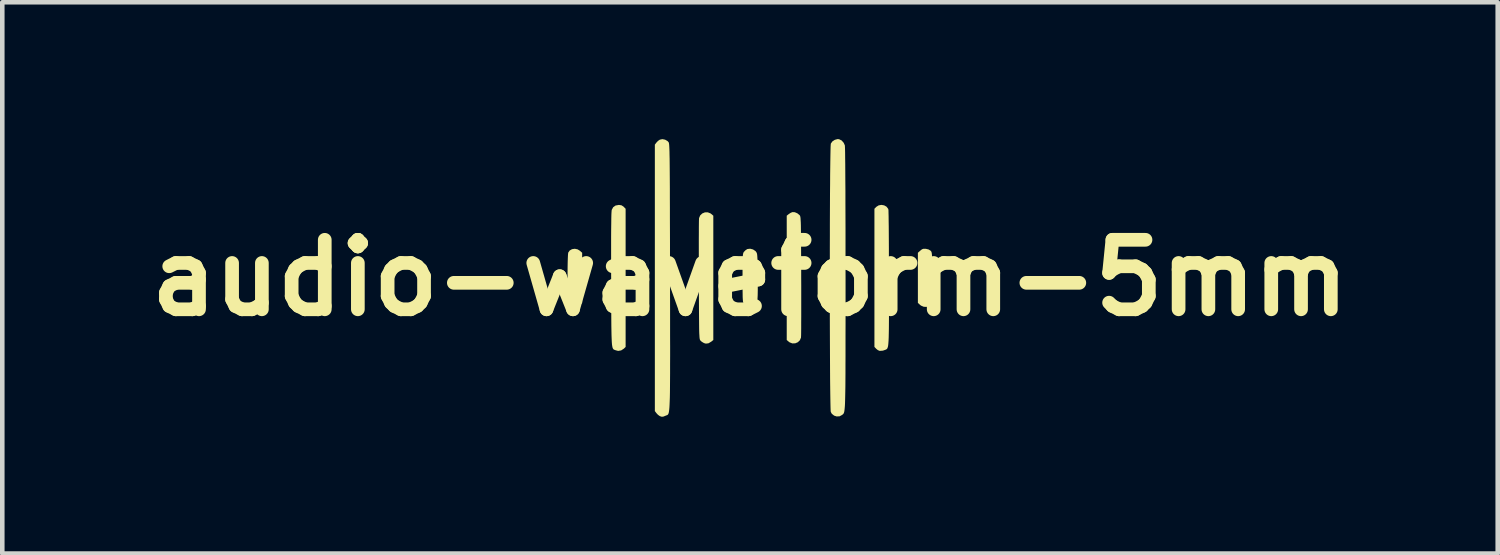
<source format=kicad_pcb>
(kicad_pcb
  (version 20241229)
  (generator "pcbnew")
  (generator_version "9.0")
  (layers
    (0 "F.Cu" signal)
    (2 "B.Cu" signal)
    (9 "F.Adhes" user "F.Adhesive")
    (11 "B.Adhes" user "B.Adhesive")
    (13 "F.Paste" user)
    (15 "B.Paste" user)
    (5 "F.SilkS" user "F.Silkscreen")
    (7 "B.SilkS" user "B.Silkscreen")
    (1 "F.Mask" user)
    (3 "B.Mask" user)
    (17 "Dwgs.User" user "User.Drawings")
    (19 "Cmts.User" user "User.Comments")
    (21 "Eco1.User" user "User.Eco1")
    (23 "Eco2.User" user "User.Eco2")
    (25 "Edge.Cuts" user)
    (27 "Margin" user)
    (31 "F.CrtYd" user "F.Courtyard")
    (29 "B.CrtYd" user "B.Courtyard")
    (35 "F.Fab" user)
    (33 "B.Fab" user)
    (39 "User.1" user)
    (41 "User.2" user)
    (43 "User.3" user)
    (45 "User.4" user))
  (footprint "audio-waveform-5mm"
    (layer "F.Cu")
    (at 13.397 3.043)
    (property "Reference" "audio-waveform-5mm" (at 0 0 0) (layer "F.SilkS") (effects (font (size 1.524 1.524) (thickness 0.3))))
    (attr board_only exclude_from_pos_files exclude_from_bom)
    (fp_poly (pts (xy -3.781 -0.625) (xy -3.732 -0.595) (xy -3.681 -0.55) (xy -3.681 0.55) (xy -3.732 0.595) (xy -3.795 0.633) (xy -3.863 0.64) (xy -3.923 0.621) (xy -3.943 0.609) (xy -3.96 0.596) (xy -3.973 0.576) (xy -3.983 0.549) (xy -3.99 0.509) (xy -3.995 0.454) (xy -3.998 0.381) (xy -4 0.286) (xy -4.001 0.167) (xy -4.001 0.02) (xy -4.001 0.005) (xy -4.001 -0.126) (xy -4 -0.246) (xy -3.998 -0.352) (xy -3.995 -0.439) (xy -3.992 -0.504) (xy -3.988 -0.544) (xy -3.987 -0.553) (xy -3.954 -0.6) (xy -3.903 -0.629) (xy -3.842 -0.638)) (stroke (width 0) (type solid)) (fill yes) (layer "F.SilkS"))
    (fp_poly (pts (xy 3.854 -0.637) (xy 3.857 -0.637) (xy 3.917 -0.622) (xy 3.96 -0.595) (xy 3.96 -0.595) (xy 3.969 -0.585) (xy 3.977 -0.573) (xy 3.982 -0.556) (xy 3.987 -0.529) (xy 3.99 -0.491) (xy 3.993 -0.436) (xy 3.995 -0.364) (xy 3.996 -0.269) (xy 3.997 -0.148) (xy 3.998 -0.043) (xy 3.999 0.084) (xy 3.999 0.203) (xy 3.999 0.309) (xy 3.998 0.399) (xy 3.997 0.469) (xy 3.995 0.514) (xy 3.994 0.528) (xy 3.97 0.582) (xy 3.926 0.618) (xy 3.87 0.637) (xy 3.809 0.634) (xy 3.75 0.609) (xy 3.732 0.595) (xy 3.681 0.55) (xy 3.681 -0.55) (xy 3.734 -0.597) (xy 3.772 -0.627) (xy 3.807 -0.638)) (stroke (width 0) (type solid)) (fill yes) (layer "F.SilkS"))
    (fp_poly (pts (xy -0.867 -1.414) (xy -0.849 -1.4) (xy -0.805 -1.363) (xy -0.805 1.363) (xy -0.85 1.399) (xy -0.911 1.435) (xy -0.968 1.442) (xy -1.011 1.43) (xy -1.055 1.404) (xy -1.086 1.376) (xy -1.092 1.369) (xy -1.097 1.36) (xy -1.101 1.348) (xy -1.105 1.329) (xy -1.108 1.303) (xy -1.11 1.267) (xy -1.113 1.218) (xy -1.115 1.156) (xy -1.116 1.077) (xy -1.117 0.981) (xy -1.118 0.864) (xy -1.119 0.725) (xy -1.12 0.562) (xy -1.121 0.373) (xy -1.122 0.156) (xy -1.122 0.041) (xy -1.123 -0.159) (xy -1.123 -0.35) (xy -1.123 -0.532) (xy -1.123 -0.7) (xy -1.123 -0.853) (xy -1.122 -0.987) (xy -1.122 -1.102) (xy -1.121 -1.194) (xy -1.12 -1.261) (xy -1.118 -1.3) (xy -1.118 -1.309) (xy -1.093 -1.369) (xy -1.048 -1.412) (xy -0.99 -1.436) (xy -0.927 -1.437)) (stroke (width 0) (type solid)) (fill yes) (layer "F.SilkS"))
    (fp_poly (pts (xy 0.983 -1.439) (xy 1.04 -1.414) (xy 1.086 -1.376) (xy 1.092 -1.369) (xy 1.097 -1.36) (xy 1.101 -1.348) (xy 1.105 -1.329) (xy 1.108 -1.303) (xy 1.11 -1.267) (xy 1.113 -1.218) (xy 1.115 -1.156) (xy 1.116 -1.077) (xy 1.117 -0.981) (xy 1.118 -0.864) (xy 1.119 -0.725) (xy 1.12 -0.562) (xy 1.121 -0.373) (xy 1.122 -0.156) (xy 1.122 -0.041) (xy 1.123 0.159) (xy 1.123 0.35) (xy 1.123 0.532) (xy 1.123 0.7) (xy 1.123 0.853) (xy 1.122 0.987) (xy 1.122 1.102) (xy 1.121 1.194) (xy 1.12 1.261) (xy 1.118 1.3) (xy 1.118 1.309) (xy 1.093 1.369) (xy 1.048 1.412) (xy 0.99 1.436) (xy 0.927 1.437) (xy 0.867 1.414) (xy 0.849 1.4) (xy 0.805 1.363) (xy 0.805 -1.363) (xy 0.85 -1.399) (xy 0.891 -1.426) (xy 0.928 -1.441) (xy 0.931 -1.442)) (stroke (width 0) (type solid)) (fill yes) (layer "F.SilkS"))
    (fp_poly (pts (xy -2.819 -1.591) (xy -2.776 -1.564) (xy -2.769 -1.557) (xy -2.728 -1.515) (xy -2.728 1.515) (xy -2.767 1.553) (xy -2.826 1.591) (xy -2.892 1.602) (xy -2.946 1.588) (xy -2.962 1.582) (xy -2.976 1.577) (xy -2.988 1.571) (xy -2.998 1.562) (xy -3.007 1.548) (xy -3.015 1.528) (xy -3.021 1.499) (xy -3.027 1.46) (xy -3.031 1.408) (xy -3.034 1.343) (xy -3.037 1.262) (xy -3.039 1.162) (xy -3.041 1.044) (xy -3.042 0.903) (xy -3.043 0.74) (xy -3.043 0.55) (xy -3.044 0.334) (xy -3.045 0.089) (xy -3.045 0.041) (xy -3.046 -0.239) (xy -3.046 -0.488) (xy -3.046 -0.708) (xy -3.046 -0.898) (xy -3.045 -1.061) (xy -3.043 -1.196) (xy -3.042 -1.305) (xy -3.04 -1.388) (xy -3.037 -1.446) (xy -3.034 -1.481) (xy -3.033 -1.489) (xy -3.001 -1.549) (xy -2.949 -1.586) (xy -2.877 -1.599) (xy -2.874 -1.599)) (stroke (width 0) (type solid)) (fill yes) (layer "F.SilkS"))
    (fp_poly (pts (xy 2.941 -1.59) (xy 2.993 -1.561) (xy 3.028 -1.516) (xy 3.034 -1.499) (xy 3.036 -1.478) (xy 3.037 -1.429) (xy 3.039 -1.352) (xy 3.04 -1.251) (xy 3.042 -1.127) (xy 3.043 -0.984) (xy 3.044 -0.823) (xy 3.045 -0.646) (xy 3.045 -0.455) (xy 3.046 -0.254) (xy 3.046 -0.044) (xy 3.046 -0.003) (xy 3.047 0.25) (xy 3.047 0.474) (xy 3.047 0.671) (xy 3.047 0.842) (xy 3.046 0.989) (xy 3.045 1.114) (xy 3.043 1.219) (xy 3.041 1.306) (xy 3.038 1.376) (xy 3.034 1.432) (xy 3.03 1.475) (xy 3.024 1.508) (xy 3.017 1.531) (xy 3.01 1.548) (xy 3.001 1.559) (xy 2.991 1.567) (xy 2.979 1.573) (xy 2.975 1.575) (xy 2.915 1.596) (xy 2.851 1.601) (xy 2.835 1.599) (xy 2.801 1.583) (xy 2.766 1.555) (xy 2.765 1.553) (xy 2.728 1.514) (xy 2.728 -1.515) (xy 2.769 -1.557) (xy 2.82 -1.589) (xy 2.88 -1.6)) (stroke (width 0) (type solid)) (fill yes) (layer "F.SilkS"))
    (fp_poly (pts (xy 0.066 -0.623) (xy 0.119 -0.588) (xy 0.131 -0.573) (xy 0.14 -0.56) (xy 0.148 -0.544) (xy 0.154 -0.523) (xy 0.158 -0.492) (xy 0.161 -0.449) (xy 0.164 -0.39) (xy 0.166 -0.311) (xy 0.167 -0.208) (xy 0.169 -0.08) (xy 0.169 -0.034) (xy 0.17 0.134) (xy 0.17 0.273) (xy 0.168 0.382) (xy 0.164 0.461) (xy 0.159 0.509) (xy 0.157 0.519) (xy 0.124 0.582) (xy 0.072 0.624) (xy 0.008 0.64) (xy -0.064 0.629) (xy -0.073 0.625) (xy -0.106 0.602) (xy -0.136 0.568) (xy -0.144 0.554) (xy -0.15 0.536) (xy -0.155 0.511) (xy -0.158 0.475) (xy -0.161 0.425) (xy -0.162 0.358) (xy -0.163 0.269) (xy -0.164 0.157) (xy -0.164 0.017) (xy -0.164 -0.002) (xy -0.164 -0.144) (xy -0.164 -0.259) (xy -0.163 -0.349) (xy -0.162 -0.418) (xy -0.159 -0.469) (xy -0.156 -0.506) (xy -0.151 -0.532) (xy -0.146 -0.55) (xy -0.138 -0.564) (xy -0.131 -0.573) (xy -0.096 -0.608) (xy -0.058 -0.632) (xy -0.057 -0.632) (xy 0.003 -0.639)) (stroke (width 0) (type solid)) (fill yes) (layer "F.SilkS"))
    (fp_poly (pts (xy -1.862 -3.03) (xy -1.809 -3) (xy -1.786 -2.974) (xy -1.782 -2.967) (xy -1.779 -2.958) (xy -1.777 -2.945) (xy -1.774 -2.925) (xy -1.772 -2.899) (xy -1.77 -2.864) (xy -1.768 -2.82) (xy -1.766 -2.765) (xy -1.765 -2.697) (xy -1.763 -2.616) (xy -1.762 -2.52) (xy -1.761 -2.408) (xy -1.76 -2.277) (xy -1.759 -2.128) (xy -1.758 -1.959) (xy -1.758 -1.768) (xy -1.757 -1.554) (xy -1.757 -1.315) (xy -1.756 -1.051) (xy -1.755 -0.76) (xy -1.755 -0.441) (xy -1.754 -0.091) (xy -1.754 -0.02) (xy -1.754 0.34) (xy -1.753 0.67) (xy -1.753 0.971) (xy -1.753 1.246) (xy -1.752 1.494) (xy -1.752 1.717) (xy -1.753 1.917) (xy -1.753 2.095) (xy -1.754 2.252) (xy -1.755 2.39) (xy -1.756 2.51) (xy -1.758 2.613) (xy -1.761 2.7) (xy -1.764 2.773) (xy -1.767 2.834) (xy -1.771 2.882) (xy -1.776 2.921) (xy -1.781 2.951) (xy -1.787 2.973) (xy -1.794 2.988) (xy -1.802 2.999) (xy -1.81 3.006) (xy -1.819 3.011) (xy -1.83 3.015) (xy -1.841 3.018) (xy -1.849 3.022) (xy -1.898 3.042) (xy -1.935 3.046) (xy -1.973 3.034) (xy -1.984 3.028) (xy -2.02 3.002) (xy -2.054 2.965) (xy -2.054 2.965) (xy -2.087 2.921) (xy -2.087 -2.921) (xy -2.054 -2.965) (xy -2.018 -3.003) (xy -1.978 -3.03) (xy -1.922 -3.042)) (stroke (width 0) (type solid)) (fill yes) (layer "F.SilkS"))
    (fp_poly (pts (xy 1.953 -3.04) (xy 2.009 -3.013) (xy 2.054 -2.962) (xy 2.079 -2.906) (xy 2.081 -2.883) (xy 2.083 -2.83) (xy 2.085 -2.747) (xy 2.086 -2.634) (xy 2.088 -2.492) (xy 2.089 -2.322) (xy 2.09 -2.125) (xy 2.092 -1.9) (xy 2.092 -1.65) (xy 2.093 -1.373) (xy 2.094 -1.072) (xy 2.094 -0.746) (xy 2.094 -0.395) (xy 2.095 -0.022) (xy 2.095 0.012) (xy 2.095 0.367) (xy 2.095 0.693) (xy 2.095 0.99) (xy 2.094 1.259) (xy 2.094 1.503) (xy 2.094 1.722) (xy 2.093 1.918) (xy 2.093 2.092) (xy 2.092 2.245) (xy 2.091 2.38) (xy 2.089 2.496) (xy 2.087 2.596) (xy 2.085 2.681) (xy 2.083 2.752) (xy 2.08 2.811) (xy 2.076 2.858) (xy 2.072 2.896) (xy 2.068 2.925) (xy 2.063 2.948) (xy 2.057 2.964) (xy 2.051 2.976) (xy 2.044 2.985) (xy 2.036 2.992) (xy 2.028 2.999) (xy 2.021 3.005) (xy 1.964 3.036) (xy 1.899 3.039) (xy 1.844 3.021) (xy 1.793 2.98) (xy 1.771 2.939) (xy 1.768 2.915) (xy 1.766 2.863) (xy 1.764 2.783) (xy 1.762 2.678) (xy 1.76 2.549) (xy 1.758 2.398) (xy 1.756 2.228) (xy 1.755 2.04) (xy 1.754 1.835) (xy 1.753 1.617) (xy 1.752 1.386) (xy 1.751 1.145) (xy 1.75 0.896) (xy 1.75 0.64) (xy 1.75 0.379) (xy 1.749 0.116) (xy 1.749 -0.148) (xy 1.75 -0.411) (xy 1.75 -0.672) (xy 1.751 -0.927) (xy 1.751 -1.176) (xy 1.752 -1.416) (xy 1.753 -1.645) (xy 1.754 -1.862) (xy 1.756 -2.065) (xy 1.757 -2.252) (xy 1.759 -2.42) (xy 1.761 -2.569) (xy 1.763 -2.695) (xy 1.765 -2.798) (xy 1.767 -2.875) (xy 1.77 -2.924) (xy 1.772 -2.944) (xy 1.807 -2.993) (xy 1.86 -3.027) (xy 1.92 -3.043)) (stroke (width 0) (type solid)) (fill yes) (layer "F.SilkS")))
  (gr_rect
    (start -3 -3)
    (end 29.793 9.089)
    (stroke (width 0.1) (type default))
    (fill no)
    (layer "Edge.Cuts")))
</source>
